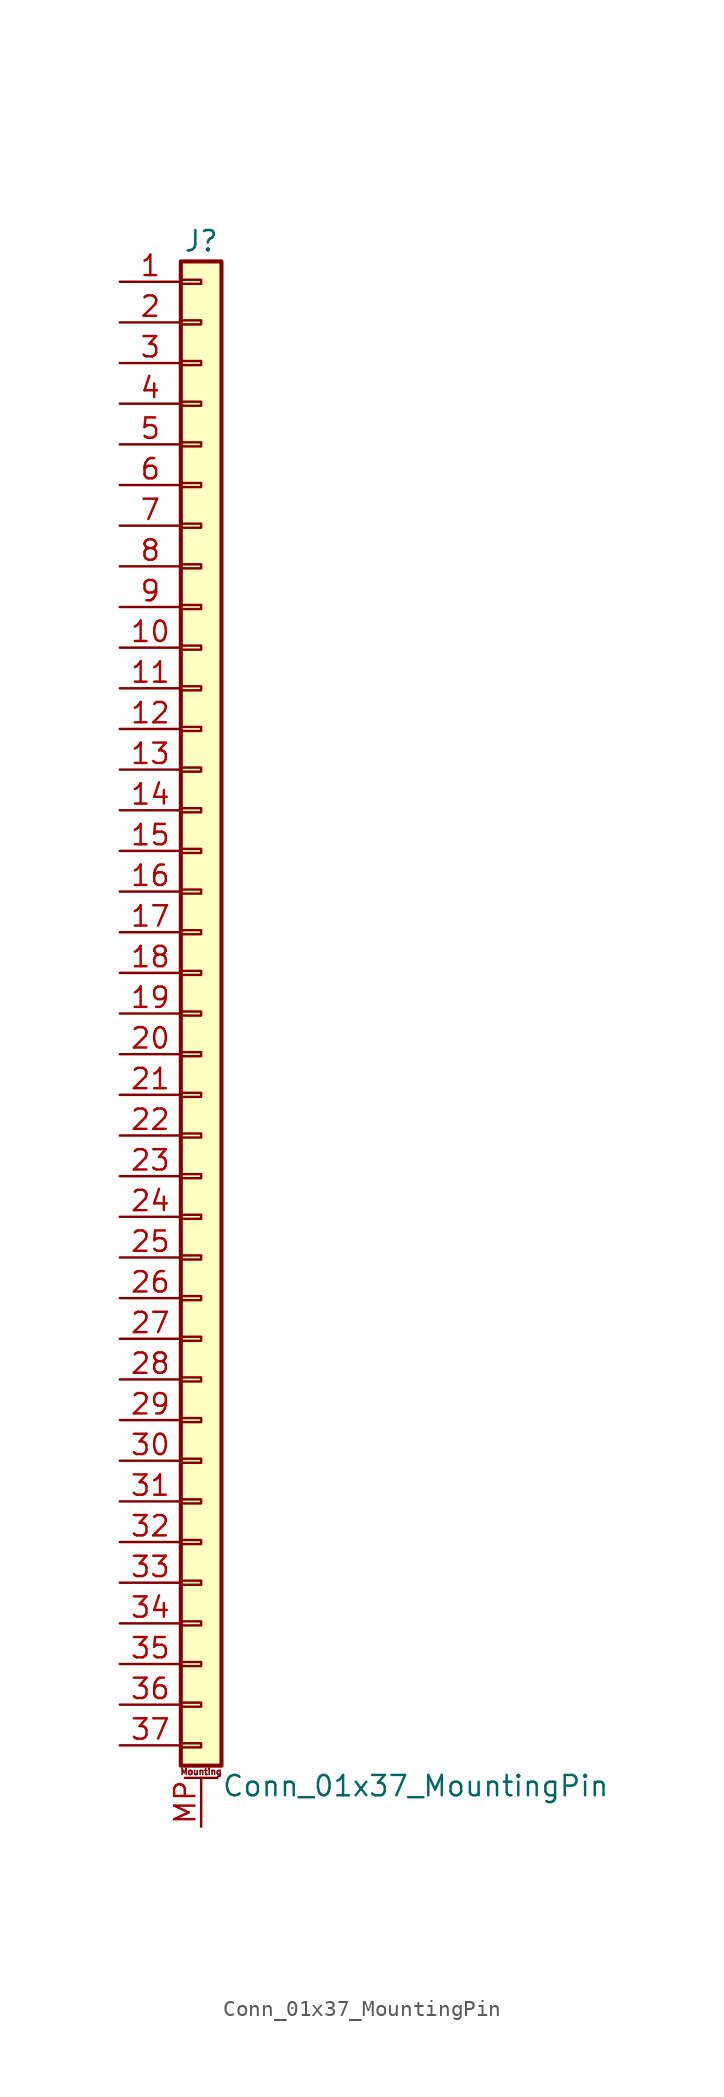
<source format=kicad_sym>
(kicad_symbol_lib
  (version 20211014)
  (generator kicad_symbol_editor)
  (symbol "Conn_01x37_MountingPin"
    (pin_names
      (offset 1.016) hide)
    (property "Reference" "J"
      (at 0 48.26 0)
      (effects (font (size 1.27 1.27))))
    (property "Value" "Conn_01x37_MountingPin"
      (at 1.27 -48.26 0)
      (effects (font (size 1.27 1.27)) (justify left)))
    (symbol "Conn_01x37_MountingPin_1_1"
      (rectangle (start -1.27 -45.593) (end 0 -45.847) (stroke (width 0.152) (type default) (color 0 0 0 0)) (fill (type none)))
      (rectangle (start -1.27 -43.053) (end 0 -43.307) (stroke (width 0.152) (type default) (color 0 0 0 0)) (fill (type none)))
      (rectangle (start -1.27 -40.513) (end 0 -40.767) (stroke (width 0.152) (type default) (color 0 0 0 0)) (fill (type none)))
      (rectangle (start -1.27 -37.973) (end 0 -38.227) (stroke (width 0.152) (type default) (color 0 0 0 0)) (fill (type none)))
      (rectangle (start -1.27 -35.433) (end 0 -35.687) (stroke (width 0.152) (type default) (color 0 0 0 0)) (fill (type none)))
      (rectangle (start -1.27 -32.893) (end 0 -33.147) (stroke (width 0.152) (type default) (color 0 0 0 0)) (fill (type none)))
      (rectangle (start -1.27 -30.353) (end 0 -30.607) (stroke (width 0.152) (type default) (color 0 0 0 0)) (fill (type none)))
      (rectangle (start -1.27 -27.813) (end 0 -28.067) (stroke (width 0.152) (type default) (color 0 0 0 0)) (fill (type none)))
      (rectangle (start -1.27 -25.273) (end 0 -25.527) (stroke (width 0.152) (type default) (color 0 0 0 0)) (fill (type none)))
      (rectangle (start -1.27 -22.733) (end 0 -22.987) (stroke (width 0.152) (type default) (color 0 0 0 0)) (fill (type none)))
      (rectangle (start -1.27 -20.193) (end 0 -20.447) (stroke (width 0.152) (type default) (color 0 0 0 0)) (fill (type none)))
      (rectangle (start -1.27 -17.653) (end 0 -17.907) (stroke (width 0.152) (type default) (color 0 0 0 0)) (fill (type none)))
      (rectangle (start -1.27 -15.113) (end 0 -15.367) (stroke (width 0.152) (type default) (color 0 0 0 0)) (fill (type none)))
      (rectangle (start -1.27 -12.573) (end 0 -12.827) (stroke (width 0.152) (type default) (color 0 0 0 0)) (fill (type none)))
      (rectangle (start -1.27 -10.033) (end 0 -10.287) (stroke (width 0.152) (type default) (color 0 0 0 0)) (fill (type none)))
      (rectangle (start -1.27 -7.493) (end 0 -7.747) (stroke (width 0.152) (type default) (color 0 0 0 0)) (fill (type none)))
      (rectangle (start -1.27 -4.953) (end 0 -5.207) (stroke (width 0.152) (type default) (color 0 0 0 0)) (fill (type none)))
      (rectangle (start -1.27 -2.413) (end 0 -2.667) (stroke (width 0.152) (type default) (color 0 0 0 0)) (fill (type none)))
      (rectangle (start -1.27 0.127) (end 0 -0.127) (stroke (width 0.152) (type default) (color 0 0 0 0)) (fill (type none)))
      (rectangle (start -1.27 2.667) (end 0 2.413) (stroke (width 0.152) (type default) (color 0 0 0 0)) (fill (type none)))
      (rectangle (start -1.27 5.207) (end 0 4.953) (stroke (width 0.152) (type default) (color 0 0 0 0)) (fill (type none)))
      (rectangle (start -1.27 7.747) (end 0 7.493) (stroke (width 0.152) (type default) (color 0 0 0 0)) (fill (type none)))
      (rectangle (start -1.27 10.287) (end 0 10.033) (stroke (width 0.152) (type default) (color 0 0 0 0)) (fill (type none)))
      (rectangle (start -1.27 12.827) (end 0 12.573) (stroke (width 0.152) (type default) (color 0 0 0 0)) (fill (type none)))
      (rectangle (start -1.27 15.367) (end 0 15.113) (stroke (width 0.152) (type default) (color 0 0 0 0)) (fill (type none)))
      (rectangle (start -1.27 17.907) (end 0 17.653) (stroke (width 0.152) (type default) (color 0 0 0 0)) (fill (type none)))
      (rectangle (start -1.27 20.447) (end 0 20.193) (stroke (width 0.152) (type default) (color 0 0 0 0)) (fill (type none)))
      (rectangle (start -1.27 22.987) (end 0 22.733) (stroke (width 0.152) (type default) (color 0 0 0 0)) (fill (type none)))
      (rectangle (start -1.27 25.527) (end 0 25.273) (stroke (width 0.152) (type default) (color 0 0 0 0)) (fill (type none)))
      (rectangle (start -1.27 28.067) (end 0 27.813) (stroke (width 0.152) (type default) (color 0 0 0 0)) (fill (type none)))
      (rectangle (start -1.27 30.607) (end 0 30.353) (stroke (width 0.152) (type default) (color 0 0 0 0)) (fill (type none)))
      (rectangle (start -1.27 33.147) (end 0 32.893) (stroke (width 0.152) (type default) (color 0 0 0 0)) (fill (type none)))
      (rectangle (start -1.27 35.687) (end 0 35.433) (stroke (width 0.152) (type default) (color 0 0 0 0)) (fill (type none)))
      (rectangle (start -1.27 38.227) (end 0 37.973) (stroke (width 0.152) (type default) (color 0 0 0 0)) (fill (type none)))
      (rectangle (start -1.27 40.767) (end 0 40.513) (stroke (width 0.152) (type default) (color 0 0 0 0)) (fill (type none)))
      (rectangle (start -1.27 43.307) (end 0 43.053) (stroke (width 0.152) (type default) (color 0 0 0 0)) (fill (type none)))
      (rectangle (start -1.27 45.847) (end 0 45.593) (stroke (width 0.152) (type default) (color 0 0 0 0)) (fill (type none)))
      (rectangle (start -1.27 46.99) (end 1.27 -46.99) (stroke (width 0.254) (type default) (color 0 0 0 0)) (fill (type background)))
      (polyline (pts (xy -1.016 -47.752) (xy 1.016 -47.752)) (stroke (width 0.152) (type default) (color 0 0 0 0)) (fill (type none)))
      (text "Mounting" (at 0 -47.371 0) (effects (font (size 0.381 0.381))))
      (pin passive line (at -5.08 45.72 0) (length 3.81) (name "Pin_1" (effects (font (size 1.27 1.27)))) (number "1" (effects (font (size 1.27 1.27)))))
      (pin passive line (at -5.08 22.86 0) (length 3.81) (name "Pin_10" (effects (font (size 1.27 1.27)))) (number "10" (effects (font (size 1.27 1.27)))))
      (pin passive line (at -5.08 20.32 0) (length 3.81) (name "Pin_11" (effects (font (size 1.27 1.27)))) (number "11" (effects (font (size 1.27 1.27)))))
      (pin passive line (at -5.08 17.78 0) (length 3.81) (name "Pin_12" (effects (font (size 1.27 1.27)))) (number "12" (effects (font (size 1.27 1.27)))))
      (pin passive line (at -5.08 15.24 0) (length 3.81) (name "Pin_13" (effects (font (size 1.27 1.27)))) (number "13" (effects (font (size 1.27 1.27)))))
      (pin passive line (at -5.08 12.7 0) (length 3.81) (name "Pin_14" (effects (font (size 1.27 1.27)))) (number "14" (effects (font (size 1.27 1.27)))))
      (pin passive line (at -5.08 10.16 0) (length 3.81) (name "Pin_15" (effects (font (size 1.27 1.27)))) (number "15" (effects (font (size 1.27 1.27)))))
      (pin passive line (at -5.08 7.62 0) (length 3.81) (name "Pin_16" (effects (font (size 1.27 1.27)))) (number "16" (effects (font (size 1.27 1.27)))))
      (pin passive line (at -5.08 5.08 0) (length 3.81) (name "Pin_17" (effects (font (size 1.27 1.27)))) (number "17" (effects (font (size 1.27 1.27)))))
      (pin passive line (at -5.08 2.54 0) (length 3.81) (name "Pin_18" (effects (font (size 1.27 1.27)))) (number "18" (effects (font (size 1.27 1.27)))))
      (pin passive line (at -5.08 0 0) (length 3.81) (name "Pin_19" (effects (font (size 1.27 1.27)))) (number "19" (effects (font (size 1.27 1.27)))))
      (pin passive line (at -5.08 43.18 0) (length 3.81) (name "Pin_2" (effects (font (size 1.27 1.27)))) (number "2" (effects (font (size 1.27 1.27)))))
      (pin passive line (at -5.08 -2.54 0) (length 3.81) (name "Pin_20" (effects (font (size 1.27 1.27)))) (number "20" (effects (font (size 1.27 1.27)))))
      (pin passive line (at -5.08 -5.08 0) (length 3.81) (name "Pin_21" (effects (font (size 1.27 1.27)))) (number "21" (effects (font (size 1.27 1.27)))))
      (pin passive line (at -5.08 -7.62 0) (length 3.81) (name "Pin_22" (effects (font (size 1.27 1.27)))) (number "22" (effects (font (size 1.27 1.27)))))
      (pin passive line (at -5.08 -10.16 0) (length 3.81) (name "Pin_23" (effects (font (size 1.27 1.27)))) (number "23" (effects (font (size 1.27 1.27)))))
      (pin passive line (at -5.08 -12.7 0) (length 3.81) (name "Pin_24" (effects (font (size 1.27 1.27)))) (number "24" (effects (font (size 1.27 1.27)))))
      (pin passive line (at -5.08 -15.24 0) (length 3.81) (name "Pin_25" (effects (font (size 1.27 1.27)))) (number "25" (effects (font (size 1.27 1.27)))))
      (pin passive line (at -5.08 -17.78 0) (length 3.81) (name "Pin_26" (effects (font (size 1.27 1.27)))) (number "26" (effects (font (size 1.27 1.27)))))
      (pin passive line (at -5.08 -20.32 0) (length 3.81) (name "Pin_27" (effects (font (size 1.27 1.27)))) (number "27" (effects (font (size 1.27 1.27)))))
      (pin passive line (at -5.08 -22.86 0) (length 3.81) (name "Pin_28" (effects (font (size 1.27 1.27)))) (number "28" (effects (font (size 1.27 1.27)))))
      (pin passive line (at -5.08 -25.4 0) (length 3.81) (name "Pin_29" (effects (font (size 1.27 1.27)))) (number "29" (effects (font (size 1.27 1.27)))))
      (pin passive line (at -5.08 40.64 0) (length 3.81) (name "Pin_3" (effects (font (size 1.27 1.27)))) (number "3" (effects (font (size 1.27 1.27)))))
      (pin passive line (at -5.08 -27.94 0) (length 3.81) (name "Pin_30" (effects (font (size 1.27 1.27)))) (number "30" (effects (font (size 1.27 1.27)))))
      (pin passive line (at -5.08 -30.48 0) (length 3.81) (name "Pin_31" (effects (font (size 1.27 1.27)))) (number "31" (effects (font (size 1.27 1.27)))))
      (pin passive line (at -5.08 -33.02 0) (length 3.81) (name "Pin_32" (effects (font (size 1.27 1.27)))) (number "32" (effects (font (size 1.27 1.27)))))
      (pin passive line (at -5.08 -35.56 0) (length 3.81) (name "Pin_33" (effects (font (size 1.27 1.27)))) (number "33" (effects (font (size 1.27 1.27)))))
      (pin passive line (at -5.08 -38.1 0) (length 3.81) (name "Pin_34" (effects (font (size 1.27 1.27)))) (number "34" (effects (font (size 1.27 1.27)))))
      (pin passive line (at -5.08 -40.64 0) (length 3.81) (name "Pin_35" (effects (font (size 1.27 1.27)))) (number "35" (effects (font (size 1.27 1.27)))))
      (pin passive line (at -5.08 -43.18 0) (length 3.81) (name "Pin_36" (effects (font (size 1.27 1.27)))) (number "36" (effects (font (size 1.27 1.27)))))
      (pin passive line (at -5.08 -45.72 0) (length 3.81) (name "Pin_37" (effects (font (size 1.27 1.27)))) (number "37" (effects (font (size 1.27 1.27)))))
      (pin passive line (at -5.08 38.1 0) (length 3.81) (name "Pin_4" (effects (font (size 1.27 1.27)))) (number "4" (effects (font (size 1.27 1.27)))))
      (pin passive line (at -5.08 35.56 0) (length 3.81) (name "Pin_5" (effects (font (size 1.27 1.27)))) (number "5" (effects (font (size 1.27 1.27)))))
      (pin passive line (at -5.08 33.02 0) (length 3.81) (name "Pin_6" (effects (font (size 1.27 1.27)))) (number "6" (effects (font (size 1.27 1.27)))))
      (pin passive line (at -5.08 30.48 0) (length 3.81) (name "Pin_7" (effects (font (size 1.27 1.27)))) (number "7" (effects (font (size 1.27 1.27)))))
      (pin passive line (at -5.08 27.94 0) (length 3.81) (name "Pin_8" (effects (font (size 1.27 1.27)))) (number "8" (effects (font (size 1.27 1.27)))))
      (pin passive line (at -5.08 25.4 0) (length 3.81) (name "Pin_9" (effects (font (size 1.27 1.27)))) (number "9" (effects (font (size 1.27 1.27)))))
      (pin passive line (at 0 -50.8 90) (length 3.048) (name "MountPin" (effects (font (size 1.27 1.27)))) (number "MP" (effects (font (size 1.27 1.27))))))))
</source>
